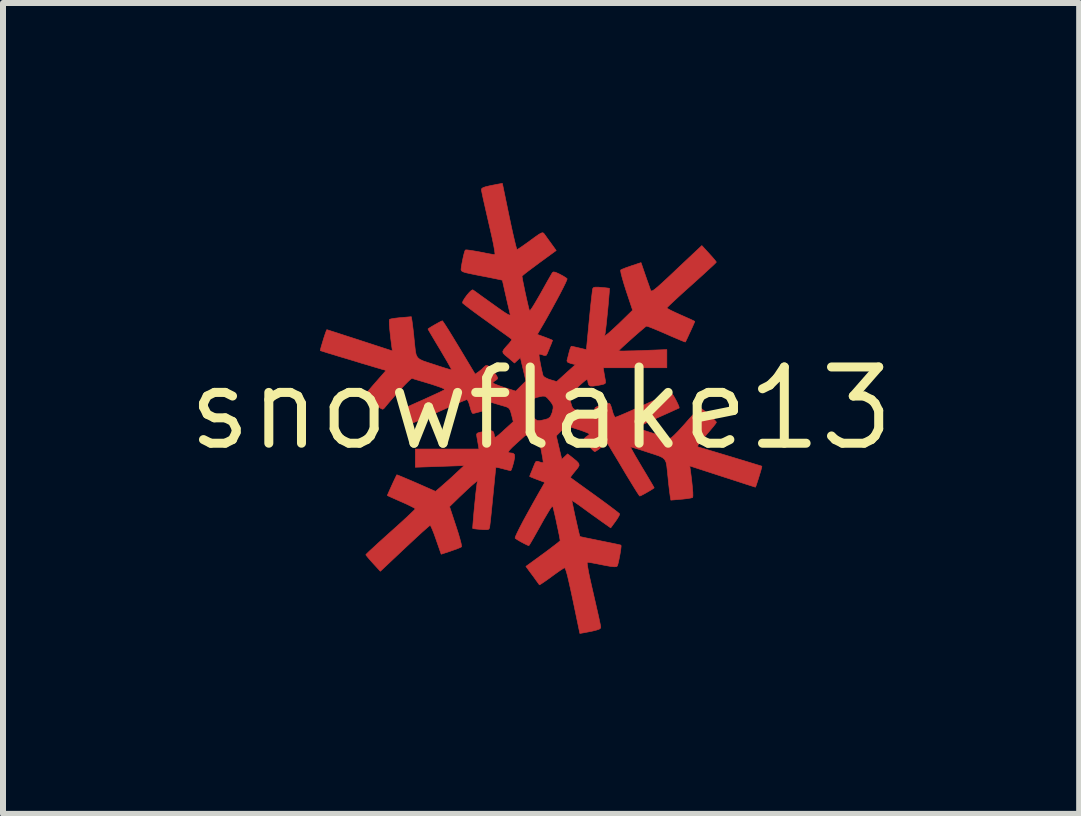
<source format=kicad_pcb>
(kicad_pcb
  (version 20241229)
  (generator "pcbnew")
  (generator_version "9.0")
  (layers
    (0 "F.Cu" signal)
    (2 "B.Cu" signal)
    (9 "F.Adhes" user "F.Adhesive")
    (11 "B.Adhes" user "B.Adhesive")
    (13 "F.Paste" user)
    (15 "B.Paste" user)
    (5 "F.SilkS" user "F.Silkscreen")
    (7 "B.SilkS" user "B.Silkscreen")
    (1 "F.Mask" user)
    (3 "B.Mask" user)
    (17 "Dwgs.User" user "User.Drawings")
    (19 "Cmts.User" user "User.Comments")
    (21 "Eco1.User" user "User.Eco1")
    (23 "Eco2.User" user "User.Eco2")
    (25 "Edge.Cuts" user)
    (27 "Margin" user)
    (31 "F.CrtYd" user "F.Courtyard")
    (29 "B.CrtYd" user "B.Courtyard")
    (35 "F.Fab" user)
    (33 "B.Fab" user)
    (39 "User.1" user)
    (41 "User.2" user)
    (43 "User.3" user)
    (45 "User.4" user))
  (footprint "snowflake13"
    (layer "F.Cu")
    (at 5.964 3.754)
    (property "Reference" "snowflake13" (at 0 0 0) (layer "F.SilkS") (effects (font (size 1.27 1.27) (thickness 0.15))))
    (attr through_hole)
    (fp_poly (pts (xy -0.531 -3.198) (xy -0.5 -3.051) (xy -0.471 -2.919) (xy -0.445 -2.807) (xy -0.424 -2.721) (xy -0.409 -2.665) (xy -0.401 -2.646) (xy -0.379 -2.658) (xy -0.33 -2.69) (xy -0.262 -2.738) (xy -0.181 -2.796) (xy -0.181 -2.797) (xy -0.094 -2.86) (xy -0.035 -2.901) (xy 0.004 -2.922) (xy 0.028 -2.927) (xy 0.043 -2.919) (xy 0.052 -2.908) (xy 0.079 -2.871) (xy 0.121 -2.812) (xy 0.166 -2.75) (xy 0.252 -2.631) (xy -0.033 -2.423) (xy -0.127 -2.353) (xy -0.209 -2.292) (xy -0.271 -2.244) (xy -0.309 -2.212) (xy -0.318 -2.203) (xy -0.313 -2.172) (xy -0.302 -2.111) (xy -0.285 -2.029) (xy -0.266 -1.936) (xy -0.245 -1.841) (xy -0.225 -1.753) (xy -0.208 -1.681) (xy -0.196 -1.636) (xy -0.192 -1.625) (xy -0.178 -1.638) (xy -0.147 -1.681) (xy -0.104 -1.751) (xy -0.051 -1.841) (xy -0.005 -1.921) (xy 0.054 -2.027) (xy 0.106 -2.12) (xy 0.149 -2.195) (xy 0.178 -2.245) (xy 0.187 -2.261) (xy 0.206 -2.274) (xy 0.239 -2.269) (xy 0.297 -2.243) (xy 0.313 -2.235) (xy 0.374 -2.202) (xy 0.419 -2.173) (xy 0.434 -2.159) (xy 0.427 -2.136) (xy 0.403 -2.082) (xy 0.364 -2.003) (xy 0.313 -1.904) (xy 0.253 -1.792) (xy 0.187 -1.671) (xy 0.119 -1.548) (xy 0.052 -1.429) (xy -0.012 -1.32) (xy -0.024 -1.299) (xy -0.063 -1.233) (xy 0.064 -1.187) (xy 0.129 -1.162) (xy 0.175 -1.143) (xy 0.191 -1.134) (xy 0.183 -1.112) (xy 0.165 -1.065) (xy 0.156 -1.045) (xy 0.13 -0.98) (xy 0.107 -0.925) (xy 0.104 -0.916) (xy 0.085 -0.884) (xy 0.056 -0.881) (xy 0.029 -0.89) (xy -0.014 -0.903) (xy -0.035 -0.903) (xy -0.034 -0.881) (xy -0.027 -0.829) (xy -0.014 -0.759) (xy 0.001 -0.682) (xy 0.017 -0.61) (xy 0.031 -0.555) (xy 0.033 -0.546) (xy 0.06 -0.519) (xy 0.117 -0.491) (xy 0.152 -0.479) (xy 0.26 -0.447) (xy 0.416 -0.589) (xy 0.573 -0.73) (xy 0.497 -0.748) (xy 0.446 -0.767) (xy 0.431 -0.791) (xy 0.432 -0.801) (xy 0.443 -0.842) (xy 0.459 -0.905) (xy 0.467 -0.937) (xy 0.484 -0.995) (xy 0.499 -1.03) (xy 0.505 -1.036) (xy 0.532 -1.031) (xy 0.586 -1.019) (xy 0.637 -1.007) (xy 0.755 -0.979) (xy 0.802 -1.469) (xy 0.816 -1.61) (xy 0.829 -1.738) (xy 0.841 -1.847) (xy 0.851 -1.93) (xy 0.857 -1.981) (xy 0.859 -1.993) (xy 0.872 -2.012) (xy 0.9 -2.02) (xy 0.956 -2.02) (xy 1.001 -2.016) (xy 1.07 -2.01) (xy 1.12 -2.004) (xy 1.139 -2) (xy 1.139 -1.979) (xy 1.135 -1.923) (xy 1.128 -1.842) (xy 1.12 -1.744) (xy 1.11 -1.637) (xy 1.099 -1.529) (xy 1.089 -1.428) (xy 1.079 -1.343) (xy 1.072 -1.281) (xy 1.069 -1.263) (xy 1.059 -1.204) (xy 1.117 -1.249) (xy 1.155 -1.282) (xy 1.215 -1.337) (xy 1.288 -1.405) (xy 1.35 -1.465) (xy 1.525 -1.636) (xy 1.416 -1.963) (xy 1.381 -2.074) (xy 1.353 -2.17) (xy 1.333 -2.246) (xy 1.325 -2.294) (xy 1.326 -2.306) (xy 1.353 -2.32) (xy 1.41 -2.343) (xy 1.486 -2.369) (xy 1.504 -2.376) (xy 1.665 -2.429) (xy 1.735 -2.225) (xy 1.767 -2.133) (xy 1.796 -2.052) (xy 1.816 -1.993) (xy 1.824 -1.973) (xy 1.831 -1.96) (xy 1.843 -1.956) (xy 1.863 -1.964) (xy 1.894 -1.985) (xy 1.941 -2.024) (xy 2.007 -2.083) (xy 2.095 -2.164) (xy 2.209 -2.271) (xy 2.259 -2.319) (xy 2.678 -2.713) (xy 2.799 -2.581) (xy 2.854 -2.52) (xy 2.896 -2.47) (xy 2.918 -2.441) (xy 2.919 -2.437) (xy 2.904 -2.42) (xy 2.861 -2.378) (xy 2.794 -2.317) (xy 2.709 -2.238) (xy 2.609 -2.148) (xy 2.507 -2.056) (xy 2.396 -1.957) (xy 2.297 -1.867) (xy 2.213 -1.789) (xy 2.149 -1.729) (xy 2.108 -1.689) (xy 2.095 -1.674) (xy 2.114 -1.66) (xy 2.163 -1.633) (xy 2.237 -1.598) (xy 2.327 -1.557) (xy 2.328 -1.557) (xy 2.418 -1.517) (xy 2.492 -1.484) (xy 2.542 -1.46) (xy 2.561 -1.45) (xy 2.561 -1.45) (xy 2.553 -1.429) (xy 2.532 -1.381) (xy 2.503 -1.316) (xy 2.47 -1.246) (xy 2.44 -1.18) (xy 2.416 -1.13) (xy 2.404 -1.106) (xy 2.404 -1.106) (xy 2.384 -1.112) (xy 2.332 -1.133) (xy 2.254 -1.166) (xy 2.157 -1.207) (xy 2.086 -1.239) (xy 1.979 -1.285) (xy 1.886 -1.324) (xy 1.813 -1.353) (xy 1.768 -1.369) (xy 1.756 -1.371) (xy 1.734 -1.356) (xy 1.689 -1.318) (xy 1.627 -1.265) (xy 1.556 -1.203) (xy 1.481 -1.136) (xy 1.411 -1.073) (xy 1.351 -1.018) (xy 1.309 -0.978) (xy 1.291 -0.959) (xy 1.291 -0.959) (xy 1.311 -0.957) (xy 1.367 -0.956) (xy 1.452 -0.958) (xy 1.56 -0.96) (xy 1.685 -0.964) (xy 1.693 -0.965) (xy 2.095 -0.98) (xy 2.095 -0.677) (xy 1.035 -0.677) (xy 1.048 -0.598) (xy 1.06 -0.528) (xy 1.071 -0.467) (xy 1.071 -0.463) (xy 1.075 -0.432) (xy 1.064 -0.413) (xy 1.031 -0.4) (xy 0.966 -0.387) (xy 0.949 -0.384) (xy 0.868 -0.372) (xy 0.82 -0.373) (xy 0.794 -0.391) (xy 0.782 -0.429) (xy 0.78 -0.448) (xy 0.775 -0.472) (xy 0.765 -0.481) (xy 0.743 -0.471) (xy 0.705 -0.44) (xy 0.642 -0.385) (xy 0.618 -0.362) (xy 0.463 -0.221) (xy 0.492 -0.106) (xy 0.511 -0.039) (xy 0.532 -0.001) (xy 0.565 0.021) (xy 0.604 0.034) (xy 0.676 0.055) (xy 0.761 0.08) (xy 0.8 0.092) (xy 0.912 0.125) (xy 0.898 0.054) (xy 0.893 0.014) (xy 0.9 -0.011) (xy 0.93 -0.029) (xy 0.991 -0.048) (xy 1.001 -0.051) (xy 1.068 -0.069) (xy 1.119 -0.082) (xy 1.138 -0.085) (xy 1.153 -0.066) (xy 1.172 -0.017) (xy 1.185 0.032) (xy 1.204 0.095) (xy 1.224 0.137) (xy 1.236 0.148) (xy 1.261 0.139) (xy 1.319 0.116) (xy 1.404 0.08) (xy 1.511 0.033) (xy 1.632 -0.021) (xy 1.703 -0.053) (xy 1.831 -0.111) (xy 1.947 -0.162) (xy 2.044 -0.204) (xy 2.118 -0.234) (xy 2.162 -0.251) (xy 2.171 -0.254) (xy 2.188 -0.237) (xy 2.216 -0.194) (xy 2.247 -0.138) (xy 2.276 -0.08) (xy 2.296 -0.033) (xy 2.301 -0.008) (xy 2.301 -0.008) (xy 2.281 0.002) (xy 2.229 0.025) (xy 2.151 0.061) (xy 2.053 0.105) (xy 1.958 0.147) (xy 1.847 0.198) (xy 1.749 0.243) (xy 1.671 0.28) (xy 1.62 0.305) (xy 1.603 0.315) (xy 1.616 0.327) (xy 1.662 0.347) (xy 1.736 0.373) (xy 1.829 0.403) (xy 1.852 0.41) (xy 1.954 0.44) (xy 2.042 0.467) (xy 2.108 0.487) (xy 2.143 0.498) (xy 2.146 0.499) (xy 2.17 0.488) (xy 2.217 0.446) (xy 2.284 0.379) (xy 2.368 0.287) (xy 2.401 0.25) (xy 2.478 0.162) (xy 2.547 0.087) (xy 2.601 0.03) (xy 2.636 -0.004) (xy 2.647 -0.011) (xy 2.671 0.003) (xy 2.716 0.037) (xy 2.772 0.084) (xy 2.83 0.135) (xy 2.88 0.183) (xy 2.913 0.218) (xy 2.921 0.232) (xy 2.908 0.253) (xy 2.872 0.3) (xy 2.818 0.364) (xy 2.753 0.439) (xy 2.752 0.441) (xy 2.68 0.524) (xy 2.634 0.581) (xy 2.612 0.617) (xy 2.61 0.636) (xy 2.619 0.643) (xy 2.694 0.665) (xy 2.791 0.694) (xy 2.906 0.728) (xy 3.032 0.766) (xy 3.162 0.805) (xy 3.29 0.844) (xy 3.409 0.88) (xy 3.514 0.912) (xy 3.599 0.938) (xy 3.655 0.955) (xy 3.678 0.963) (xy 3.678 0.963) (xy 3.675 0.983) (xy 3.662 1.032) (xy 3.642 1.099) (xy 3.62 1.171) (xy 3.598 1.238) (xy 3.581 1.289) (xy 3.571 1.312) (xy 3.571 1.312) (xy 3.551 1.306) (xy 3.495 1.288) (xy 3.41 1.261) (xy 3.3 1.225) (xy 3.171 1.183) (xy 3.028 1.137) (xy 3.022 1.135) (xy 2.477 0.958) (xy 2.488 1.035) (xy 2.507 1.181) (xy 2.52 1.304) (xy 2.528 1.399) (xy 2.529 1.46) (xy 2.524 1.484) (xy 2.497 1.492) (xy 2.439 1.502) (xy 2.36 1.511) (xy 2.335 1.513) (xy 2.162 1.528) (xy 2.15 1.457) (xy 2.143 1.405) (xy 2.133 1.325) (xy 2.122 1.229) (xy 2.117 1.175) (xy 2.104 1.049) (xy 2.094 0.958) (xy 2.081 0.894) (xy 2.058 0.85) (xy 2.021 0.818) (xy 1.965 0.792) (xy 1.883 0.764) (xy 1.784 0.732) (xy 1.681 0.698) (xy 1.593 0.67) (xy 1.528 0.651) (xy 1.493 0.642) (xy 1.489 0.642) (xy 1.498 0.661) (xy 1.525 0.71) (xy 1.567 0.785) (xy 1.622 0.878) (xy 1.683 0.982) (xy 1.747 1.088) (xy 1.802 1.181) (xy 1.846 1.255) (xy 1.874 1.304) (xy 1.884 1.323) (xy 1.867 1.336) (xy 1.825 1.363) (xy 1.77 1.395) (xy 1.713 1.427) (xy 1.667 1.451) (xy 1.644 1.46) (xy 1.63 1.443) (xy 1.598 1.395) (xy 1.551 1.32) (xy 1.493 1.225) (xy 1.425 1.114) (xy 1.395 1.064) (xy 1.324 0.944) (xy 1.259 0.835) (xy 1.202 0.741) (xy 1.159 0.669) (xy 1.133 0.625) (xy 1.128 0.618) (xy 1.098 0.569) (xy 1.006 0.644) (xy 0.952 0.686) (xy 0.91 0.713) (xy 0.894 0.72) (xy 0.871 0.704) (xy 0.834 0.665) (xy 0.792 0.614) (xy 0.752 0.562) (xy 0.726 0.521) (xy 0.72 0.505) (xy 0.736 0.483) (xy 0.762 0.466) (xy 0.795 0.441) (xy 0.804 0.427) (xy 0.786 0.413) (xy 0.735 0.392) (xy 0.662 0.365) (xy 0.613 0.349) (xy 0.422 0.288) (xy 0.253 0.457) (xy 0.299 0.653) (xy 0.345 0.848) (xy 0.393 0.803) (xy 0.442 0.757) (xy 0.525 0.822) (xy 0.592 0.877) (xy 0.627 0.915) (xy 0.634 0.949) (xy 0.613 0.989) (xy 0.568 1.044) (xy 0.568 1.044) (xy 0.524 1.098) (xy 0.496 1.137) (xy 0.49 1.152) (xy 0.508 1.166) (xy 0.556 1.201) (xy 0.629 1.254) (xy 0.722 1.321) (xy 0.829 1.398) (xy 0.9 1.449) (xy 1.014 1.532) (xy 1.116 1.607) (xy 1.201 1.671) (xy 1.265 1.72) (xy 1.302 1.75) (xy 1.309 1.758) (xy 1.301 1.784) (xy 1.273 1.833) (xy 1.238 1.884) (xy 1.16 1.99) (xy 1.032 1.9) (xy 0.959 1.848) (xy 0.865 1.781) (xy 0.767 1.71) (xy 0.711 1.669) (xy 0.634 1.613) (xy 0.571 1.569) (xy 0.528 1.541) (xy 0.513 1.533) (xy 0.516 1.554) (xy 0.527 1.607) (xy 0.543 1.683) (xy 0.562 1.774) (xy 0.584 1.87) (xy 0.605 1.963) (xy 0.623 2.043) (xy 0.638 2.103) (xy 0.646 2.132) (xy 0.646 2.133) (xy 0.667 2.139) (xy 0.722 2.151) (xy 0.805 2.168) (xy 0.909 2.189) (xy 0.986 2.205) (xy 1.1 2.228) (xy 1.198 2.248) (xy 1.274 2.264) (xy 1.321 2.275) (xy 1.331 2.278) (xy 1.333 2.301) (xy 1.327 2.354) (xy 1.316 2.423) (xy 1.302 2.497) (xy 1.288 2.564) (xy 1.275 2.612) (xy 1.269 2.626) (xy 1.253 2.636) (xy 1.219 2.638) (xy 1.159 2.632) (xy 1.068 2.616) (xy 1.023 2.607) (xy 0.928 2.588) (xy 0.848 2.573) (xy 0.792 2.564) (xy 0.771 2.561) (xy 0.768 2.581) (xy 0.776 2.639) (xy 0.792 2.73) (xy 0.818 2.853) (xy 0.852 3.003) (xy 0.871 3.085) (xy 0.904 3.229) (xy 0.934 3.361) (xy 0.96 3.475) (xy 0.979 3.564) (xy 0.991 3.623) (xy 0.994 3.644) (xy 0.989 3.662) (xy 0.967 3.678) (xy 0.922 3.693) (xy 0.849 3.711) (xy 0.742 3.732) (xy 0.72 3.736) (xy 0.646 3.749) (xy 0.531 3.197) (xy 0.493 3.02) (xy 0.462 2.882) (xy 0.438 2.78) (xy 0.418 2.71) (xy 0.403 2.669) (xy 0.391 2.655) (xy 0.388 2.655) (xy 0.361 2.671) (xy 0.307 2.707) (xy 0.236 2.757) (xy 0.169 2.806) (xy 0.092 2.862) (xy 0.029 2.905) (xy -0.014 2.933) (xy -0.028 2.939) (xy -0.047 2.913) (xy -0.082 2.865) (xy -0.125 2.805) (xy -0.169 2.746) (xy -0.201 2.703) (xy -0.253 2.632) (xy 0.032 2.424) (xy 0.127 2.354) (xy 0.208 2.292) (xy 0.271 2.244) (xy 0.309 2.212) (xy 0.318 2.203) (xy 0.313 2.172) (xy 0.302 2.111) (xy 0.285 2.029) (xy 0.265 1.936) (xy 0.245 1.84) (xy 0.225 1.752) (xy 0.208 1.681) (xy 0.196 1.636) (xy 0.192 1.625) (xy 0.178 1.638) (xy 0.147 1.682) (xy 0.104 1.753) (xy 0.05 1.844) (xy -0.008 1.948) (xy -0.068 2.055) (xy -0.121 2.149) (xy -0.163 2.222) (xy -0.192 2.27) (xy -0.204 2.286) (xy -0.232 2.276) (xy -0.283 2.251) (xy -0.341 2.22) (xy -0.395 2.188) (xy -0.429 2.165) (xy -0.433 2.16) (xy -0.427 2.135) (xy -0.401 2.077) (xy -0.358 1.99) (xy -0.298 1.875) (xy -0.223 1.738) (xy -0.136 1.581) (xy -0.038 1.407) (xy 0.012 1.32) (xy 0.062 1.232) (xy -0.064 1.185) (xy -0.129 1.16) (xy -0.175 1.141) (xy -0.191 1.132) (xy -0.183 1.111) (xy -0.165 1.065) (xy -0.156 1.045) (xy -0.13 0.98) (xy -0.107 0.925) (xy -0.104 0.916) (xy -0.085 0.884) (xy -0.056 0.881) (xy -0.029 0.89) (xy 0.014 0.903) (xy 0.035 0.903) (xy 0.034 0.881) (xy 0.027 0.829) (xy 0.014 0.759) (xy -0.001 0.682) (xy -0.017 0.61) (xy -0.031 0.555) (xy -0.033 0.546) (xy -0.06 0.519) (xy -0.117 0.491) (xy -0.152 0.479) (xy -0.26 0.447) (xy -0.405 0.578) (xy -0.481 0.648) (xy -0.526 0.695) (xy -0.545 0.723) (xy -0.54 0.737) (xy -0.513 0.741) (xy -0.513 0.741) (xy -0.467 0.747) (xy -0.443 0.769) (xy -0.44 0.815) (xy -0.455 0.891) (xy -0.459 0.905) (xy -0.478 0.973) (xy -0.495 1.02) (xy -0.505 1.037) (xy -0.532 1.032) (xy -0.585 1.019) (xy -0.634 1.006) (xy -0.697 0.99) (xy -0.741 0.981) (xy -0.753 0.98) (xy -0.756 1.001) (xy -0.762 1.059) (xy -0.771 1.147) (xy -0.782 1.259) (xy -0.795 1.389) (xy -0.803 1.471) (xy -0.817 1.612) (xy -0.83 1.74) (xy -0.841 1.848) (xy -0.851 1.931) (xy -0.857 1.981) (xy -0.86 1.993) (xy -0.872 2.012) (xy -0.9 2.02) (xy -0.956 2.02) (xy -1.001 2.016) (xy -1.07 2.01) (xy -1.12 2.004) (xy -1.139 2) (xy -1.139 1.979) (xy -1.135 1.923) (xy -1.128 1.842) (xy -1.12 1.744) (xy -1.11 1.637) (xy -1.099 1.529) (xy -1.089 1.428) (xy -1.079 1.342) (xy -1.071 1.281) (xy -1.069 1.263) (xy -1.059 1.203) (xy -1.127 1.26) (xy -1.172 1.299) (xy -1.236 1.358) (xy -1.311 1.429) (xy -1.361 1.476) (xy -1.525 1.636) (xy -1.417 1.963) (xy -1.381 2.074) (xy -1.353 2.17) (xy -1.333 2.246) (xy -1.325 2.294) (xy -1.326 2.306) (xy -1.353 2.32) (xy -1.41 2.343) (xy -1.485 2.369) (xy -1.504 2.376) (xy -1.664 2.429) (xy -1.748 2.188) (xy -1.781 2.095) (xy -1.811 2.019) (xy -1.834 1.967) (xy -1.848 1.947) (xy -1.848 1.947) (xy -1.867 1.961) (xy -1.913 2.001) (xy -1.981 2.061) (xy -2.067 2.14) (xy -2.167 2.233) (xy -2.271 2.33) (xy -2.678 2.713) (xy -2.799 2.581) (xy -2.854 2.52) (xy -2.896 2.47) (xy -2.918 2.441) (xy -2.919 2.437) (xy -2.904 2.42) (xy -2.861 2.378) (xy -2.794 2.317) (xy -2.709 2.238) (xy -2.609 2.148) (xy -2.507 2.056) (xy -2.396 1.957) (xy -2.297 1.867) (xy -2.213 1.789) (xy -2.149 1.728) (xy -2.108 1.688) (xy -2.096 1.673) (xy -2.114 1.658) (xy -2.164 1.632) (xy -2.237 1.596) (xy -2.327 1.556) (xy -2.328 1.556) (xy -2.418 1.516) (xy -2.492 1.483) (xy -2.542 1.46) (xy -2.561 1.45) (xy -2.561 1.45) (xy -2.553 1.429) (xy -2.532 1.381) (xy -2.503 1.317) (xy -2.471 1.246) (xy -2.44 1.18) (xy -2.416 1.13) (xy -2.405 1.107) (xy -2.404 1.106) (xy -2.384 1.112) (xy -2.332 1.133) (xy -2.254 1.166) (xy -2.157 1.207) (xy -2.078 1.241) (xy -1.758 1.382) (xy -1.646 1.285) (xy -1.572 1.22) (xy -1.486 1.143) (xy -1.408 1.07) (xy -1.281 0.952) (xy -1.688 0.966) (xy -2.095 0.98) (xy -2.095 0.677) (xy -1.035 0.677) (xy -1.048 0.598) (xy -1.06 0.528) (xy -1.071 0.467) (xy -1.071 0.463) (xy -1.075 0.432) (xy -1.064 0.413) (xy -1.031 0.4) (xy -0.966 0.387) (xy -0.949 0.384) (xy -0.868 0.372) (xy -0.82 0.373) (xy -0.794 0.391) (xy -0.782 0.429) (xy -0.78 0.448) (xy -0.775 0.472) (xy -0.765 0.481) (xy -0.743 0.471) (xy -0.705 0.44) (xy -0.642 0.385) (xy -0.618 0.362) (xy -0.463 0.221) (xy -0.492 0.106) (xy -0.511 0.039) (xy -0.529 0.006) (xy -0.201 0.006) (xy -0.199 0.046) (xy -0.177 0.086) (xy -0.143 0.128) (xy -0.099 0.178) (xy -0.064 0.201) (xy -0.025 0.204) (xy -0.003 0.2) (xy 0.062 0.186) (xy 0.116 0.17) (xy 0.155 0.138) (xy 0.183 0.073) (xy 0.188 0.054) (xy 0.201 -0.005) (xy 0.199 -0.046) (xy 0.177 -0.086) (xy 0.144 -0.129) (xy 0.1 -0.179) (xy 0.067 -0.202) (xy 0.029 -0.205) (xy 0.004 -0.201) (xy -0.081 -0.182) (xy -0.134 -0.157) (xy -0.165 -0.12) (xy -0.186 -0.061) (xy -0.188 -0.054) (xy -0.201 0.006) (xy -0.529 0.006) (xy -0.532 0.001) (xy -0.565 -0.021) (xy -0.604 -0.034) (xy -0.676 -0.055) (xy -0.761 -0.08) (xy -0.797 -0.091) (xy -0.907 -0.124) (xy -0.896 -0.054) (xy -0.891 -0.013) (xy -0.9 0.011) (xy -0.931 0.029) (xy -0.992 0.048) (xy -1.001 0.051) (xy -1.068 0.069) (xy -1.119 0.082) (xy -1.138 0.085) (xy -1.153 0.066) (xy -1.172 0.017) (xy -1.185 -0.032) (xy -1.204 -0.095) (xy -1.224 -0.137) (xy -1.236 -0.148) (xy -1.261 -0.139) (xy -1.319 -0.116) (xy -1.404 -0.08) (xy -1.511 -0.033) (xy -1.632 0.021) (xy -1.703 0.053) (xy -1.831 0.111) (xy -1.947 0.162) (xy -2.044 0.204) (xy -2.118 0.234) (xy -2.162 0.251) (xy -2.171 0.254) (xy -2.188 0.237) (xy -2.216 0.194) (xy -2.247 0.138) (xy -2.276 0.08) (xy -2.296 0.033) (xy -2.301 0.008) (xy -2.301 0.008) (xy -2.281 -0.002) (xy -2.229 -0.025) (xy -2.151 -0.061) (xy -2.053 -0.105) (xy -1.958 -0.147) (xy -1.847 -0.198) (xy -1.749 -0.243) (xy -1.672 -0.279) (xy -1.621 -0.305) (xy -1.603 -0.315) (xy -1.616 -0.326) (xy -1.663 -0.347) (xy -1.737 -0.373) (xy -1.83 -0.404) (xy -1.857 -0.412) (xy -1.959 -0.443) (xy -2.047 -0.469) (xy -2.113 -0.489) (xy -2.148 -0.501) (xy -2.15 -0.501) (xy -2.171 -0.489) (xy -2.213 -0.45) (xy -2.273 -0.39) (xy -2.344 -0.314) (xy -2.422 -0.228) (xy -2.501 -0.138) (xy -2.576 -0.049) (xy -2.606 -0.012) (xy -2.624 0.007) (xy -2.643 0.013) (xy -2.669 0.001) (xy -2.711 -0.032) (xy -2.777 -0.089) (xy -2.781 -0.092) (xy -2.844 -0.149) (xy -2.892 -0.196) (xy -2.918 -0.226) (xy -2.921 -0.232) (xy -2.908 -0.254) (xy -2.872 -0.3) (xy -2.818 -0.364) (xy -2.753 -0.439) (xy -2.751 -0.441) (xy -2.582 -0.633) (xy -2.651 -0.652) (xy -2.7 -0.667) (xy -2.779 -0.69) (xy -2.878 -0.72) (xy -2.994 -0.754) (xy -3.117 -0.792) (xy -3.243 -0.83) (xy -3.365 -0.866) (xy -3.475 -0.9) (xy -3.568 -0.928) (xy -3.636 -0.95) (xy -3.673 -0.961) (xy -3.678 -0.963) (xy -3.675 -0.984) (xy -3.662 -1.033) (xy -3.642 -1.099) (xy -3.62 -1.172) (xy -3.598 -1.239) (xy -3.58 -1.289) (xy -3.57 -1.312) (xy -3.57 -1.312) (xy -3.549 -1.306) (xy -3.493 -1.288) (xy -3.408 -1.261) (xy -3.298 -1.225) (xy -3.168 -1.183) (xy -3.025 -1.137) (xy -3.02 -1.135) (xy -2.477 -0.958) (xy -2.488 -1.035) (xy -2.507 -1.181) (xy -2.52 -1.304) (xy -2.528 -1.399) (xy -2.529 -1.46) (xy -2.524 -1.484) (xy -2.497 -1.492) (xy -2.439 -1.502) (xy -2.36 -1.511) (xy -2.335 -1.513) (xy -2.162 -1.528) (xy -2.15 -1.457) (xy -2.143 -1.405) (xy -2.133 -1.325) (xy -2.122 -1.229) (xy -2.117 -1.175) (xy -2.104 -1.049) (xy -2.094 -0.958) (xy -2.081 -0.894) (xy -2.058 -0.85) (xy -2.021 -0.818) (xy -1.965 -0.792) (xy -1.883 -0.764) (xy -1.784 -0.732) (xy -1.681 -0.698) (xy -1.593 -0.67) (xy -1.528 -0.651) (xy -1.493 -0.642) (xy -1.489 -0.642) (xy -1.498 -0.661) (xy -1.525 -0.71) (xy -1.567 -0.785) (xy -1.622 -0.878) (xy -1.683 -0.982) (xy -1.747 -1.088) (xy -1.802 -1.181) (xy -1.846 -1.255) (xy -1.874 -1.304) (xy -1.884 -1.323) (xy -1.867 -1.336) (xy -1.825 -1.363) (xy -1.77 -1.395) (xy -1.713 -1.427) (xy -1.667 -1.451) (xy -1.644 -1.46) (xy -1.631 -1.443) (xy -1.598 -1.394) (xy -1.55 -1.319) (xy -1.49 -1.222) (xy -1.421 -1.108) (xy -1.365 -1.016) (xy -1.098 -0.571) (xy -1.039 -0.612) (xy -0.99 -0.651) (xy -0.953 -0.687) (xy -0.953 -0.687) (xy -0.921 -0.714) (xy -0.887 -0.712) (xy -0.844 -0.678) (xy -0.797 -0.621) (xy -0.749 -0.557) (xy -0.726 -0.517) (xy -0.727 -0.492) (xy -0.749 -0.473) (xy -0.762 -0.466) (xy -0.795 -0.441) (xy -0.804 -0.427) (xy -0.786 -0.413) (xy -0.735 -0.392) (xy -0.662 -0.365) (xy -0.613 -0.349) (xy -0.422 -0.288) (xy -0.253 -0.457) (xy -0.299 -0.653) (xy -0.345 -0.848) (xy -0.394 -0.802) (xy -0.443 -0.756) (xy -0.55 -0.847) (xy -0.603 -0.89) (xy -0.632 -0.921) (xy -0.638 -0.95) (xy -0.619 -0.985) (xy -0.575 -1.037) (xy -0.531 -1.085) (xy -0.5 -1.125) (xy -0.488 -1.15) (xy -0.489 -1.152) (xy -0.509 -1.167) (xy -0.557 -1.203) (xy -0.631 -1.256) (xy -0.724 -1.323) (xy -0.831 -1.401) (xy -0.9 -1.451) (xy -1.014 -1.533) (xy -1.117 -1.608) (xy -1.202 -1.672) (xy -1.265 -1.721) (xy -1.302 -1.751) (xy -1.309 -1.758) (xy -1.302 -1.787) (xy -1.275 -1.832) (xy -1.237 -1.885) (xy -1.196 -1.933) (xy -1.16 -1.967) (xy -1.138 -1.976) (xy -1.114 -1.96) (xy -1.062 -1.923) (xy -0.988 -1.869) (xy -0.897 -1.804) (xy -0.809 -1.741) (xy -0.697 -1.661) (xy -0.616 -1.605) (xy -0.561 -1.571) (xy -0.529 -1.555) (xy -0.515 -1.557) (xy -0.515 -1.569) (xy -0.525 -1.609) (xy -0.541 -1.68) (xy -0.563 -1.772) (xy -0.586 -1.876) (xy -0.587 -1.878) (xy -0.645 -2.136) (xy -0.741 -2.157) (xy -0.8 -2.169) (xy -0.889 -2.187) (xy -0.993 -2.207) (xy -1.085 -2.225) (xy -1.191 -2.247) (xy -1.262 -2.263) (xy -1.305 -2.278) (xy -1.326 -2.293) (xy -1.333 -2.311) (xy -1.333 -2.317) (xy -1.328 -2.362) (xy -1.316 -2.429) (xy -1.301 -2.503) (xy -1.285 -2.572) (xy -1.27 -2.622) (xy -1.262 -2.639) (xy -1.238 -2.641) (xy -1.181 -2.634) (xy -1.1 -2.621) (xy -1.022 -2.607) (xy -0.927 -2.588) (xy -0.847 -2.573) (xy -0.791 -2.564) (xy -0.771 -2.561) (xy -0.768 -2.581) (xy -0.776 -2.639) (xy -0.792 -2.73) (xy -0.818 -2.853) (xy -0.852 -3.003) (xy -0.871 -3.085) (xy -0.904 -3.229) (xy -0.934 -3.361) (xy -0.96 -3.475) (xy -0.979 -3.564) (xy -0.991 -3.623) (xy -0.994 -3.644) (xy -0.989 -3.662) (xy -0.967 -3.678) (xy -0.924 -3.693) (xy -0.852 -3.71) (xy -0.746 -3.731) (xy -0.72 -3.736) (xy -0.645 -3.749) (xy -0.531 -3.198)) (stroke (width 0.01) (type solid)) (fill yes) (layer "F.Cu")))
  (gr_rect
    (start -3 -3)
    (end 14.928 10.508)
    (stroke (width 0.1) (type default))
    (fill no)
    (layer "Edge.Cuts")))
</source>
